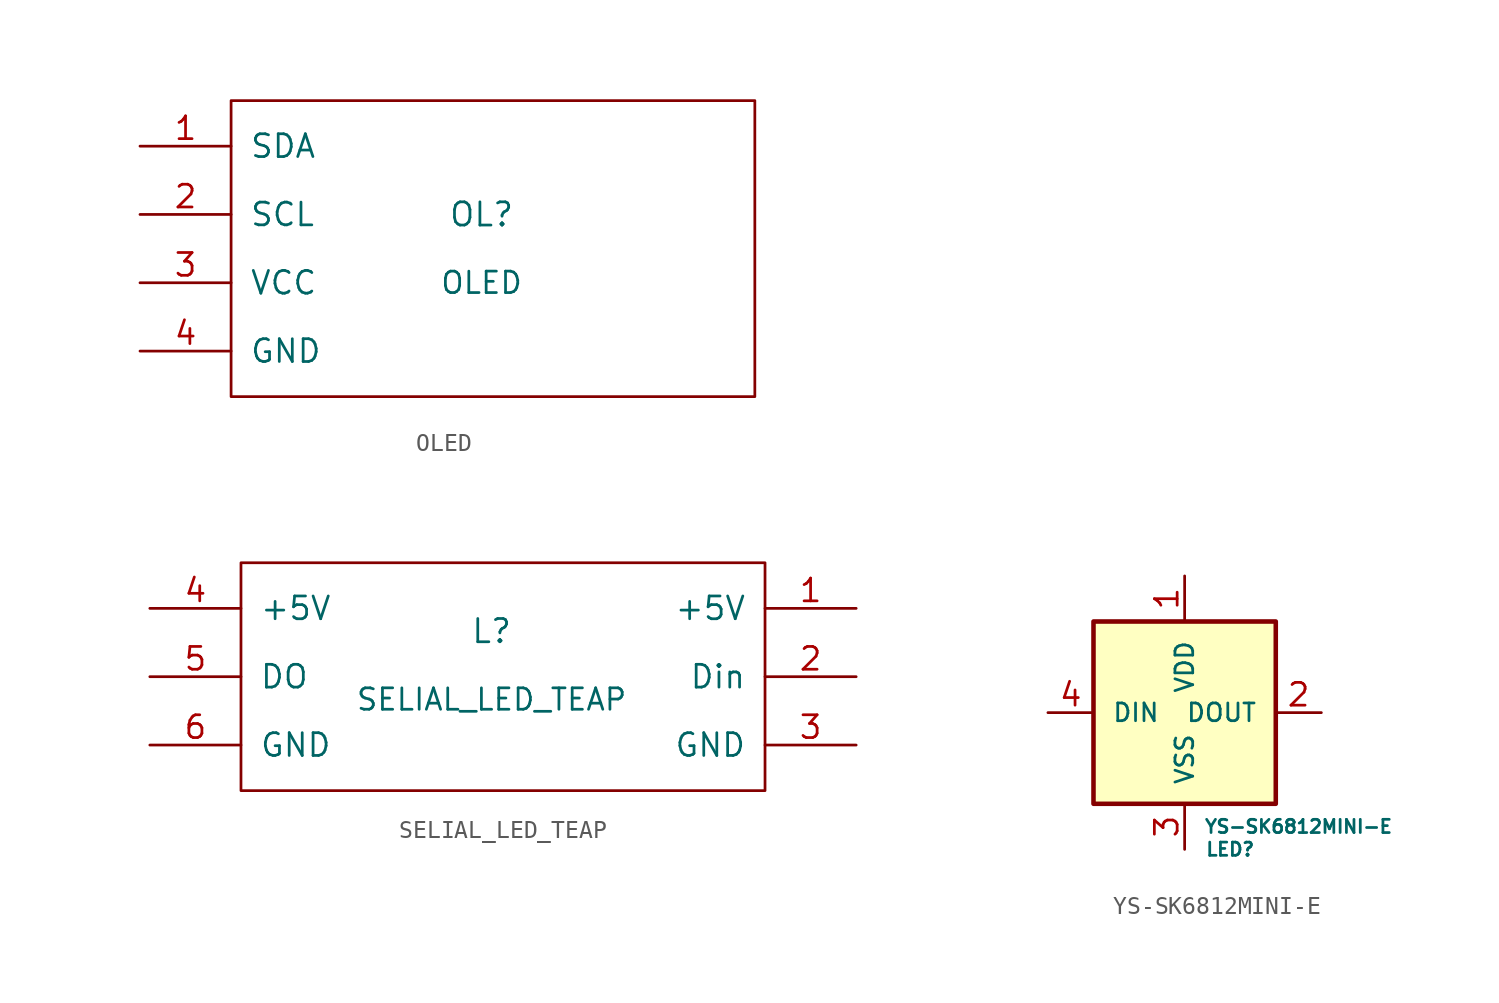
<source format=kicad_sym>
(kicad_symbol_lib
  (version 20211014)
  (generator kicad_symbol_editor)
  (symbol "OLED"
    (pin_names
      (offset 1.016))
    (property "Reference" "OL"
      (at 0 2.54 0)
      (effects (font (size 1.295 1.295))))
    (property "Value" "OLED"
      (at 0 -1.27 0)
      (effects (font (size 1.194 1.194))))
    (symbol "OLED_0_1"
      (rectangle (start -13.97 8.89) (end 15.24 -7.62) (stroke (width 0) (type default) (color 0 0 0 0)) (fill (type none))))
    (symbol "OLED_1_1"
      (pin bidirectional line (at -19.05 6.35 0) (length 5.08) (name "SDA" (effects (font (size 1.27 1.27)))) (number "1" (effects (font (size 1.27 1.27)))))
      (pin bidirectional line (at -19.05 2.54 0) (length 5.08) (name "SCL" (effects (font (size 1.27 1.27)))) (number "2" (effects (font (size 1.27 1.27)))))
      (pin power_in line (at -19.05 -1.27 0) (length 5.08) (name "VCC" (effects (font (size 1.27 1.27)))) (number "3" (effects (font (size 1.27 1.27)))))
      (pin power_in line (at -19.05 -5.08 0) (length 5.08) (name "GND" (effects (font (size 1.27 1.27)))) (number "4" (effects (font (size 1.27 1.27)))))))
  (symbol "SELIAL_LED_TEAP"
    (pin_names
      (offset 1.016))
    (property "Reference" "L"
      (at 0 2.54 0)
      (effects (font (size 1.295 1.295))))
    (property "Value" "SELIAL_LED_TEAP"
      (at 0 -1.27 0)
      (effects (font (size 1.194 1.194))))
    (symbol "SELIAL_LED_TEAP_0_1"
      (rectangle (start -13.97 6.35) (end 15.24 -6.35) (stroke (width 0) (type default) (color 0 0 0 0)) (fill (type none))))
    (symbol "SELIAL_LED_TEAP_1_1"
      (pin power_in line (at 20.32 3.81 180) (length 5.08) (name "+5V" (effects (font (size 1.27 1.27)))) (number "1" (effects (font (size 1.27 1.27)))))
      (pin input line (at 20.32 0 180) (length 5.08) (name "Din" (effects (font (size 1.27 1.27)))) (number "2" (effects (font (size 1.27 1.27)))))
      (pin power_in line (at 20.32 -3.81 180) (length 5.08) (name "GND" (effects (font (size 1.27 1.27)))) (number "3" (effects (font (size 1.27 1.27)))))
      (pin power_out line (at -19.05 3.81 0) (length 5.08) (name "+5V" (effects (font (size 1.27 1.27)))) (number "4" (effects (font (size 1.27 1.27)))))
      (pin output line (at -19.05 0 0) (length 5.08) (name "DO" (effects (font (size 1.27 1.27)))) (number "5" (effects (font (size 1.27 1.27)))))
      (pin power_out line (at -19.05 -3.81 0) (length 5.08) (name "GND" (effects (font (size 1.27 1.27)))) (number "6" (effects (font (size 1.27 1.27)))))))
  (symbol "YS-SK6812MINI-E"
    (pin_names
      (offset 1.016))
    (property "Reference" "LED"
      (at 2.54 -7.62 0)
      (effects (font (size 0.737 0.737))))
    (property "Value" "YS-SK6812MINI-E"
      (at 6.35 -6.35 0)
      (effects (font (size 0.737 0.737))))
    (symbol "YS-SK6812MINI-E_0_1"
      (rectangle (start -5.08 5.08) (end 5.08 -5.08) (stroke (width 0.254) (type default) (color 0 0 0 0)) (fill (type background))))
    (symbol "YS-SK6812MINI-E_1_1"
      (pin power_in line (at 0 7.62 270) (length 2.54) (name "VDD" (effects (font (size 0.991 0.991)))) (number "1" (effects (font (size 1.27 1.27)))))
      (pin output line (at 7.62 0 180) (length 2.54) (name "DOUT" (effects (font (size 0.991 0.991)))) (number "2" (effects (font (size 1.27 1.27)))))
      (pin power_in line (at 0 -7.62 90) (length 2.54) (name "VSS" (effects (font (size 0.991 0.991)))) (number "3" (effects (font (size 1.27 1.27)))))
      (pin input line (at -7.62 0 0) (length 2.54) (name "DIN" (effects (font (size 0.991 0.991)))) (number "4" (effects (font (size 1.27 1.27))))))))
</source>
